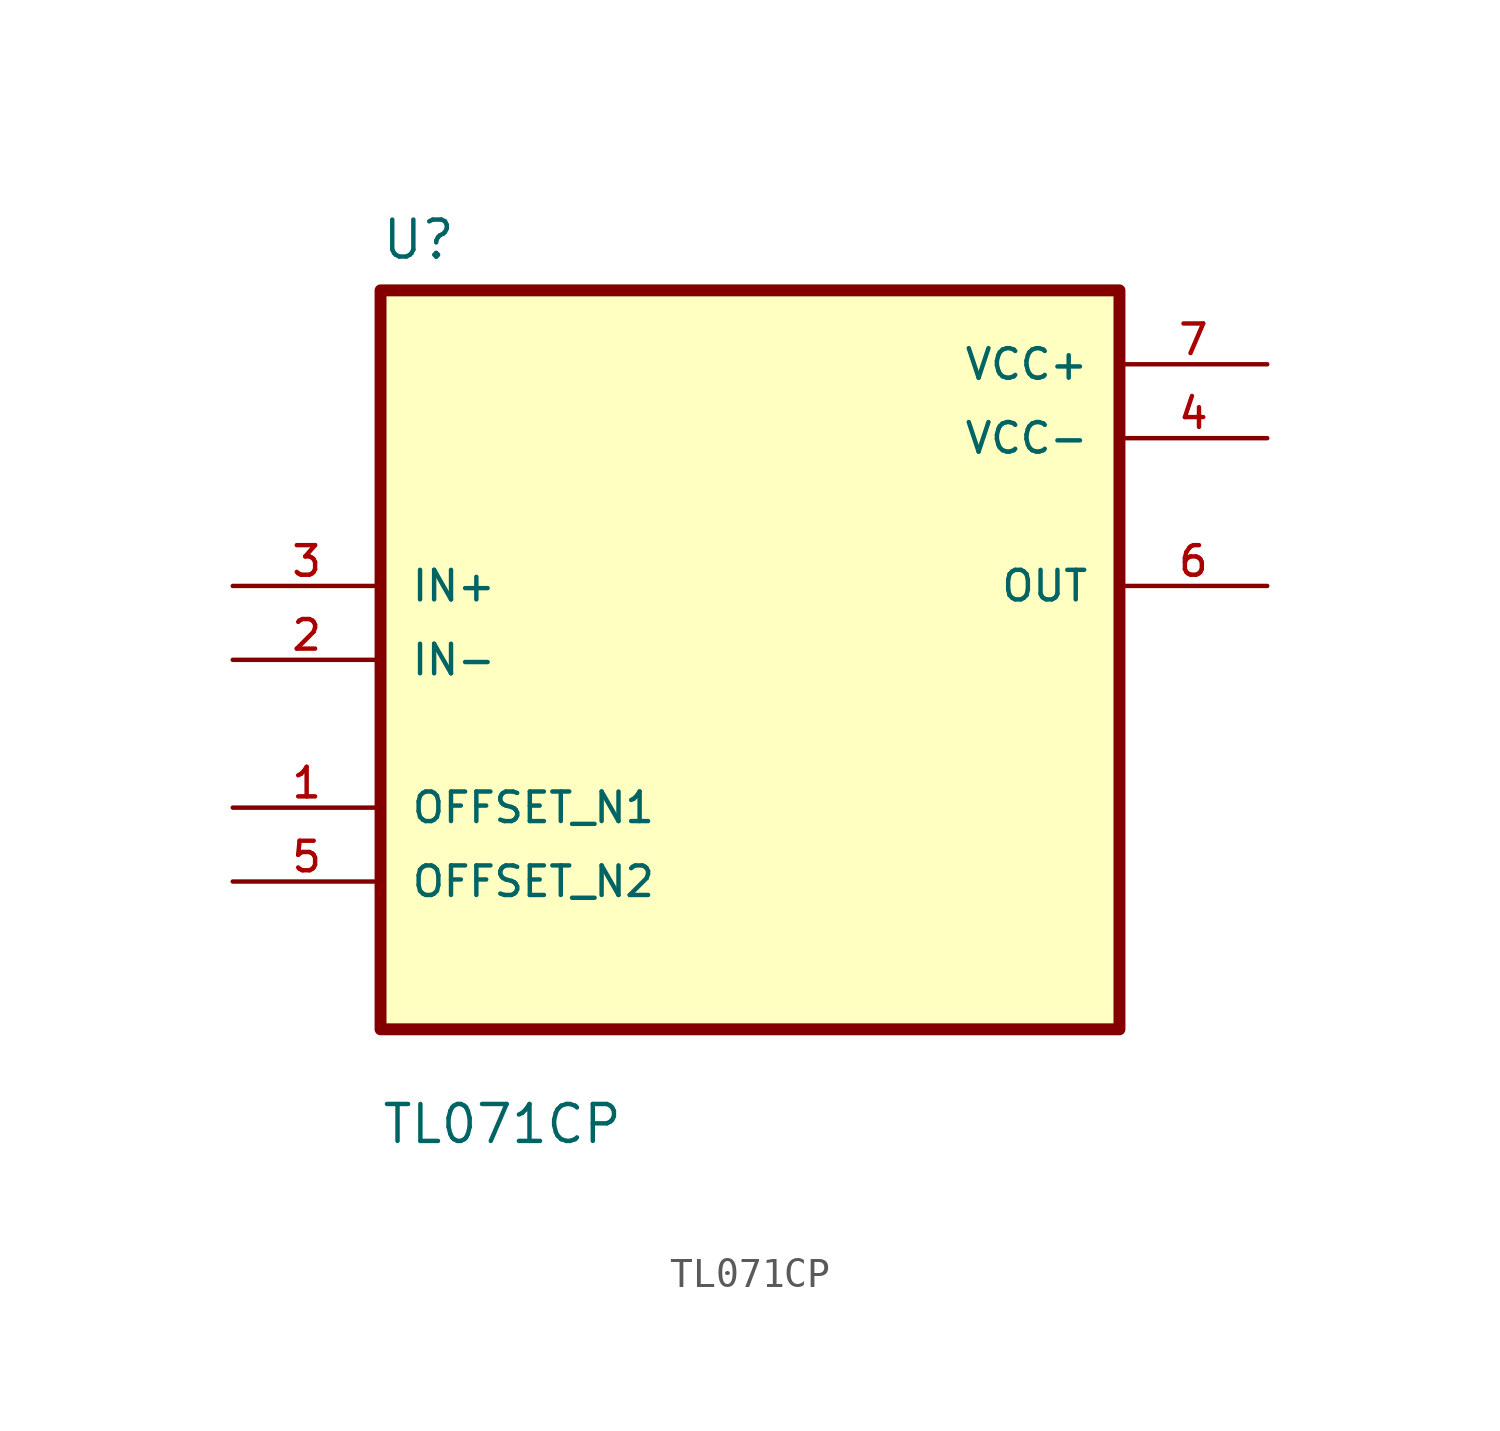
<source format=kicad_sym>
(kicad_symbol_lib
  (version 20211014)
  (generator kicad_symbol_editor)
  (symbol "TL071CP"
    (pin_names
      (offset 1.016))
    (property "Reference" "U"
      (at -12.7 13.7 0.0)
      (effects (font (size 1.27 1.27)) (justify bottom left)))
    (property "Value" "TL071CP"
      (at -12.7 -16.7 0.0)
      (effects (font (size 1.27 1.27)) (justify bottom left)))
    (symbol "TL071CP_0_0"
      (rectangle (start -12.7 -12.7) (end 12.7 12.7) (stroke (width 0.41)) (fill (type background)))
      (pin input line (at -17.78 2.54 0) (length 5.08) (name "IN+" (effects (font (size 1.016 1.016)))) (number "3" (effects (font (size 1.016 1.016)))))
      (pin input line (at -17.78 -8.88178e-16 0) (length 5.08) (name "IN-" (effects (font (size 1.016 1.016)))) (number "2" (effects (font (size 1.016 1.016)))))
      (pin bidirectional line (at -17.78 -5.08 0) (length 5.08) (name "OFFSET_N1" (effects (font (size 1.016 1.016)))) (number "1" (effects (font (size 1.016 1.016)))))
      (pin bidirectional line (at -17.78 -7.62 0) (length 5.08) (name "OFFSET_N2" (effects (font (size 1.016 1.016)))) (number "5" (effects (font (size 1.016 1.016)))))
      (pin power_in line (at 17.78 10.16 180.0) (length 5.08) (name "VCC+" (effects (font (size 1.016 1.016)))) (number "7" (effects (font (size 1.016 1.016)))))
      (pin power_in line (at 17.78 7.62 180.0) (length 5.08) (name "VCC-" (effects (font (size 1.016 1.016)))) (number "4" (effects (font (size 1.016 1.016)))))
      (pin output line (at 17.78 2.54 180.0) (length 5.08) (name "OUT" (effects (font (size 1.016 1.016)))) (number "6" (effects (font (size 1.016 1.016))))))))
</source>
